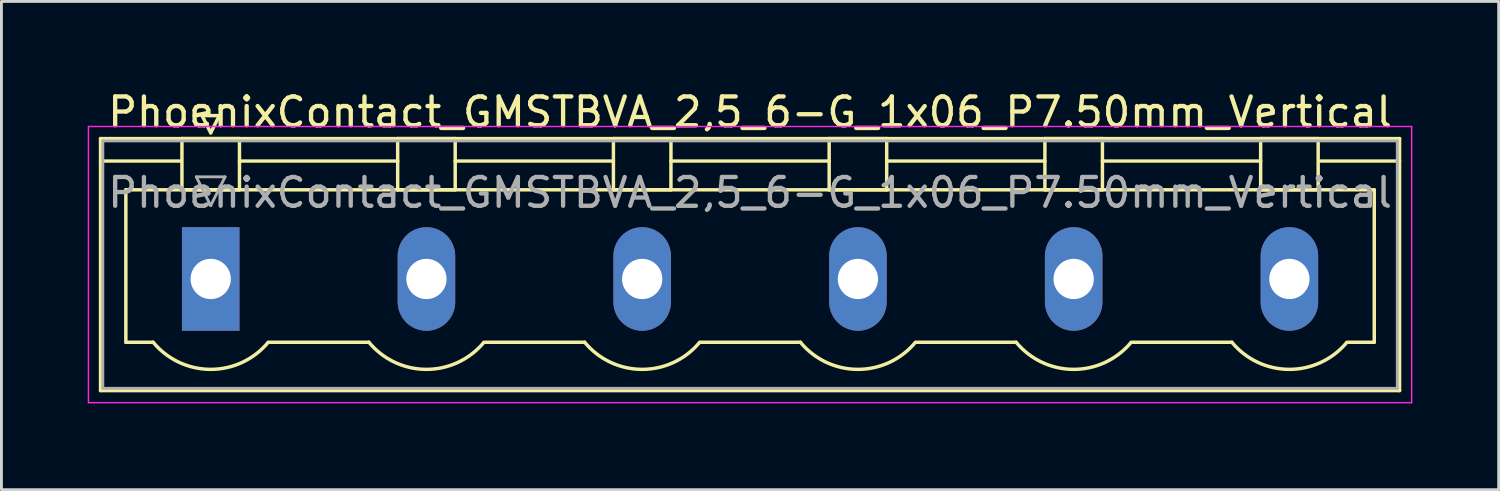
<source format=kicad_pcb>
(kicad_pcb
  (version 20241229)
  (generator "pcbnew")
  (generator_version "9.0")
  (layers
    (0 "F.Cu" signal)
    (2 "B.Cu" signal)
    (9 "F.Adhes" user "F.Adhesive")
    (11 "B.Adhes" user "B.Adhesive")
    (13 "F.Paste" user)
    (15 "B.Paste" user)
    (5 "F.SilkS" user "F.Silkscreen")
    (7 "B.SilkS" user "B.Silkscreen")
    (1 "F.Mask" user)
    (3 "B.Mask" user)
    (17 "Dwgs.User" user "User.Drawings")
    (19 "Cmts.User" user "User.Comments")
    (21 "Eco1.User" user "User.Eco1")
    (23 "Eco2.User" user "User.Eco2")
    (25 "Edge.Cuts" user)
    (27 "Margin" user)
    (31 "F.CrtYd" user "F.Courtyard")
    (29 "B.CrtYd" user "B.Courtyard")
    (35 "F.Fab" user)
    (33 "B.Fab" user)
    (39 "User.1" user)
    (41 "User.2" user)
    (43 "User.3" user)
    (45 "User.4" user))
  (footprint "PhoenixContact_GMSTBVA_2,5_6-G_1x06_P7.50mm_Vertical"
    (layer "F.Cu")
    (at 4.275 6.648)
    (property "Reference" "PhoenixContact_GMSTBVA_2,5_6-G_1x06_P7.50mm_Vertical" (at 18.75 -5.8 0) (layer "F.SilkS") (effects (font (size 1 1) (thickness 0.15))))
    (attr through_hole)
    (fp_line (start -3.83 -4.88) (end -3.83 3.88) (stroke (width 0.12) (type solid)) (layer "F.SilkS"))
    (fp_line (start -3.83 -4.1) (end -1.08 -4.1) (stroke (width 0.12) (type solid)) (layer "F.SilkS"))
    (fp_line (start -3.83 3.88) (end 41.33 3.88) (stroke (width 0.12) (type solid)) (layer "F.SilkS"))
    (fp_line (start -2.95 -3.1) (end 40.45 -3.1) (stroke (width 0.12) (type solid)) (layer "F.SilkS"))
    (fp_line (start -2.95 2.2) (end -2.95 -3.1) (stroke (width 0.12) (type solid)) (layer "F.SilkS"))
    (fp_line (start -2 2.2) (end -2.95 2.2) (stroke (width 0.12) (type solid)) (layer "F.SilkS"))
    (fp_line (start -1 -4.88) (end 1 -4.88) (stroke (width 0.12) (type solid)) (layer "F.SilkS"))
    (fp_line (start -1 -3.1) (end -1 -4.88) (stroke (width 0.12) (type solid)) (layer "F.SilkS"))
    (fp_line (start -0.3 -5.68) (end 0.3 -5.68) (stroke (width 0.12) (type solid)) (layer "F.SilkS"))
    (fp_line (start 0 -5.08) (end -0.3 -5.68) (stroke (width 0.12) (type solid)) (layer "F.SilkS"))
    (fp_line (start 0.3 -5.68) (end 0 -5.08) (stroke (width 0.12) (type solid)) (layer "F.SilkS"))
    (fp_line (start 1 -4.88) (end 1 -3.1) (stroke (width 0.12) (type solid)) (layer "F.SilkS"))
    (fp_line (start 1 -4.1) (end 6.5 -4.1) (stroke (width 0.12) (type solid)) (layer "F.SilkS"))
    (fp_line (start 1 -3.1) (end -1 -3.1) (stroke (width 0.12) (type solid)) (layer "F.SilkS"))
    (fp_line (start 2 2.2) (end 5.5 2.2) (stroke (width 0.12) (type solid)) (layer "F.SilkS"))
    (fp_line (start 6.5 -4.88) (end 8.5 -4.88) (stroke (width 0.12) (type solid)) (layer "F.SilkS"))
    (fp_line (start 6.5 -3.1) (end 6.5 -4.88) (stroke (width 0.12) (type solid)) (layer "F.SilkS"))
    (fp_line (start 8.5 -4.88) (end 8.5 -3.1) (stroke (width 0.12) (type solid)) (layer "F.SilkS"))
    (fp_line (start 8.5 -4.1) (end 14 -4.1) (stroke (width 0.12) (type solid)) (layer "F.SilkS"))
    (fp_line (start 8.5 -3.1) (end 6.5 -3.1) (stroke (width 0.12) (type solid)) (layer "F.SilkS"))
    (fp_line (start 9.5 2.2) (end 13 2.2) (stroke (width 0.12) (type solid)) (layer "F.SilkS"))
    (fp_line (start 14 -4.88) (end 16 -4.88) (stroke (width 0.12) (type solid)) (layer "F.SilkS"))
    (fp_line (start 14 -3.1) (end 14 -4.88) (stroke (width 0.12) (type solid)) (layer "F.SilkS"))
    (fp_line (start 16 -4.88) (end 16 -3.1) (stroke (width 0.12) (type solid)) (layer "F.SilkS"))
    (fp_line (start 16 -4.1) (end 21.5 -4.1) (stroke (width 0.12) (type solid)) (layer "F.SilkS"))
    (fp_line (start 16 -3.1) (end 14 -3.1) (stroke (width 0.12) (type solid)) (layer "F.SilkS"))
    (fp_line (start 17 2.2) (end 20.5 2.2) (stroke (width 0.12) (type solid)) (layer "F.SilkS"))
    (fp_line (start 21.5 -4.88) (end 23.5 -4.88) (stroke (width 0.12) (type solid)) (layer "F.SilkS"))
    (fp_line (start 21.5 -3.1) (end 21.5 -4.88) (stroke (width 0.12) (type solid)) (layer "F.SilkS"))
    (fp_line (start 23.5 -4.88) (end 23.5 -3.1) (stroke (width 0.12) (type solid)) (layer "F.SilkS"))
    (fp_line (start 23.5 -4.1) (end 29 -4.1) (stroke (width 0.12) (type solid)) (layer "F.SilkS"))
    (fp_line (start 23.5 -3.1) (end 21.5 -3.1) (stroke (width 0.12) (type solid)) (layer "F.SilkS"))
    (fp_line (start 24.5 2.2) (end 28 2.2) (stroke (width 0.12) (type solid)) (layer "F.SilkS"))
    (fp_line (start 29 -4.88) (end 31 -4.88) (stroke (width 0.12) (type solid)) (layer "F.SilkS"))
    (fp_line (start 29 -3.1) (end 29 -4.88) (stroke (width 0.12) (type solid)) (layer "F.SilkS"))
    (fp_line (start 31 -4.88) (end 31 -3.1) (stroke (width 0.12) (type solid)) (layer "F.SilkS"))
    (fp_line (start 31 -4.1) (end 36.5 -4.1) (stroke (width 0.12) (type solid)) (layer "F.SilkS"))
    (fp_line (start 31 -3.1) (end 29 -3.1) (stroke (width 0.12) (type solid)) (layer "F.SilkS"))
    (fp_line (start 32 2.2) (end 35.5 2.2) (stroke (width 0.12) (type solid)) (layer "F.SilkS"))
    (fp_line (start 36.5 -4.88) (end 38.5 -4.88) (stroke (width 0.12) (type solid)) (layer "F.SilkS"))
    (fp_line (start 36.5 -3.1) (end 36.5 -4.88) (stroke (width 0.12) (type solid)) (layer "F.SilkS"))
    (fp_line (start 38.5 -4.88) (end 38.5 -3.1) (stroke (width 0.12) (type solid)) (layer "F.SilkS"))
    (fp_line (start 38.5 -3.1) (end 36.5 -3.1) (stroke (width 0.12) (type solid)) (layer "F.SilkS"))
    (fp_line (start 40.45 -3.1) (end 40.45 2.2) (stroke (width 0.12) (type solid)) (layer "F.SilkS"))
    (fp_line (start 40.45 2.2) (end 39.5 2.2) (stroke (width 0.12) (type solid)) (layer "F.SilkS"))
    (fp_line (start 41.33 -4.88) (end -3.83 -4.88) (stroke (width 0.12) (type solid)) (layer "F.SilkS"))
    (fp_line (start 41.33 -4.1) (end 38.58 -4.1) (stroke (width 0.12) (type solid)) (layer "F.SilkS"))
    (fp_line (start 41.33 3.88) (end 41.33 -4.88) (stroke (width 0.12) (type solid)) (layer "F.SilkS"))
    (fp_arc (start 1.986842 2.215821) (mid -0.010289 3.142758) (end -2 2.2) (stroke (width 0.12) (type solid)) (layer "F.SilkS"))
    (fp_arc (start 9.486842 2.215821) (mid 7.489711 3.142758) (end 5.5 2.2) (stroke (width 0.12) (type solid)) (layer "F.SilkS"))
    (fp_arc (start 16.986842 2.215821) (mid 14.989711 3.142758) (end 13 2.2) (stroke (width 0.12) (type solid)) (layer "F.SilkS"))
    (fp_arc (start 24.486842 2.215821) (mid 22.489711 3.142758) (end 20.5 2.2) (stroke (width 0.12) (type solid)) (layer "F.SilkS"))
    (fp_arc (start 31.986842 2.215821) (mid 29.989711 3.142758) (end 28 2.2) (stroke (width 0.12) (type solid)) (layer "F.SilkS"))
    (fp_arc (start 39.486842 2.215821) (mid 37.489711 3.142758) (end 35.5 2.2) (stroke (width 0.12) (type solid)) (layer "F.SilkS"))
    (fp_line (start -4.25 -5.3) (end -4.25 4.3) (stroke (width 0.05) (type solid)) (layer "F.CrtYd"))
    (fp_line (start -4.25 4.3) (end 41.75 4.3) (stroke (width 0.05) (type solid)) (layer "F.CrtYd"))
    (fp_line (start 41.75 -5.3) (end -4.25 -5.3) (stroke (width 0.05) (type solid)) (layer "F.CrtYd"))
    (fp_line (start 41.75 4.3) (end 41.75 -5.3) (stroke (width 0.05) (type solid)) (layer "F.CrtYd"))
    (fp_line (start -3.75 -4.8) (end -3.75 3.8) (stroke (width 0.1) (type solid)) (layer "F.Fab"))
    (fp_line (start -3.75 3.8) (end 41.25 3.8) (stroke (width 0.1) (type solid)) (layer "F.Fab"))
    (fp_line (start -0.5 -3.55) (end 0.5 -3.55) (stroke (width 0.1) (type solid)) (layer "F.Fab"))
    (fp_line (start 0 -2.55) (end -0.5 -3.55) (stroke (width 0.1) (type solid)) (layer "F.Fab"))
    (fp_line (start 0.5 -3.55) (end 0 -2.55) (stroke (width 0.1) (type solid)) (layer "F.Fab"))
    (fp_line (start 41.25 -4.8) (end -3.75 -4.8) (stroke (width 0.1) (type solid)) (layer "F.Fab"))
    (fp_line (start 41.25 3.8) (end 41.25 -4.8) (stroke (width 0.1) (type solid)) (layer "F.Fab"))
    (fp_text user "${REFERENCE}" (at 18.75 -3 0) (layer "F.Fab") (effects (font (size 1 1) (thickness 0.15))))
    (pad "1" thru_hole rect (at 0 0) (size 2 3.6) (drill 1.4) (layers "*.Cu" "*.Mask"))
    (pad "2" thru_hole oval (at 7.5 0) (size 2 3.6) (drill 1.4) (layers "*.Cu" "*.Mask"))
    (pad "3" thru_hole oval (at 15 0) (size 2 3.6) (drill 1.4) (layers "*.Cu" "*.Mask"))
    (pad "4" thru_hole oval (at 22.5 0) (size 2 3.6) (drill 1.4) (layers "*.Cu" "*.Mask"))
    (pad "5" thru_hole oval (at 30 0) (size 2 3.6) (drill 1.4) (layers "*.Cu" "*.Mask"))
    (pad "6" thru_hole oval (at 37.5 0) (size 2 3.6) (drill 1.4) (layers "*.Cu" "*.Mask")))
  (gr_rect
    (start -3 -3)
    (end 49.05 13.973)
    (stroke (width 0.1) (type default))
    (fill no)
    (layer "Edge.Cuts")))
</source>
